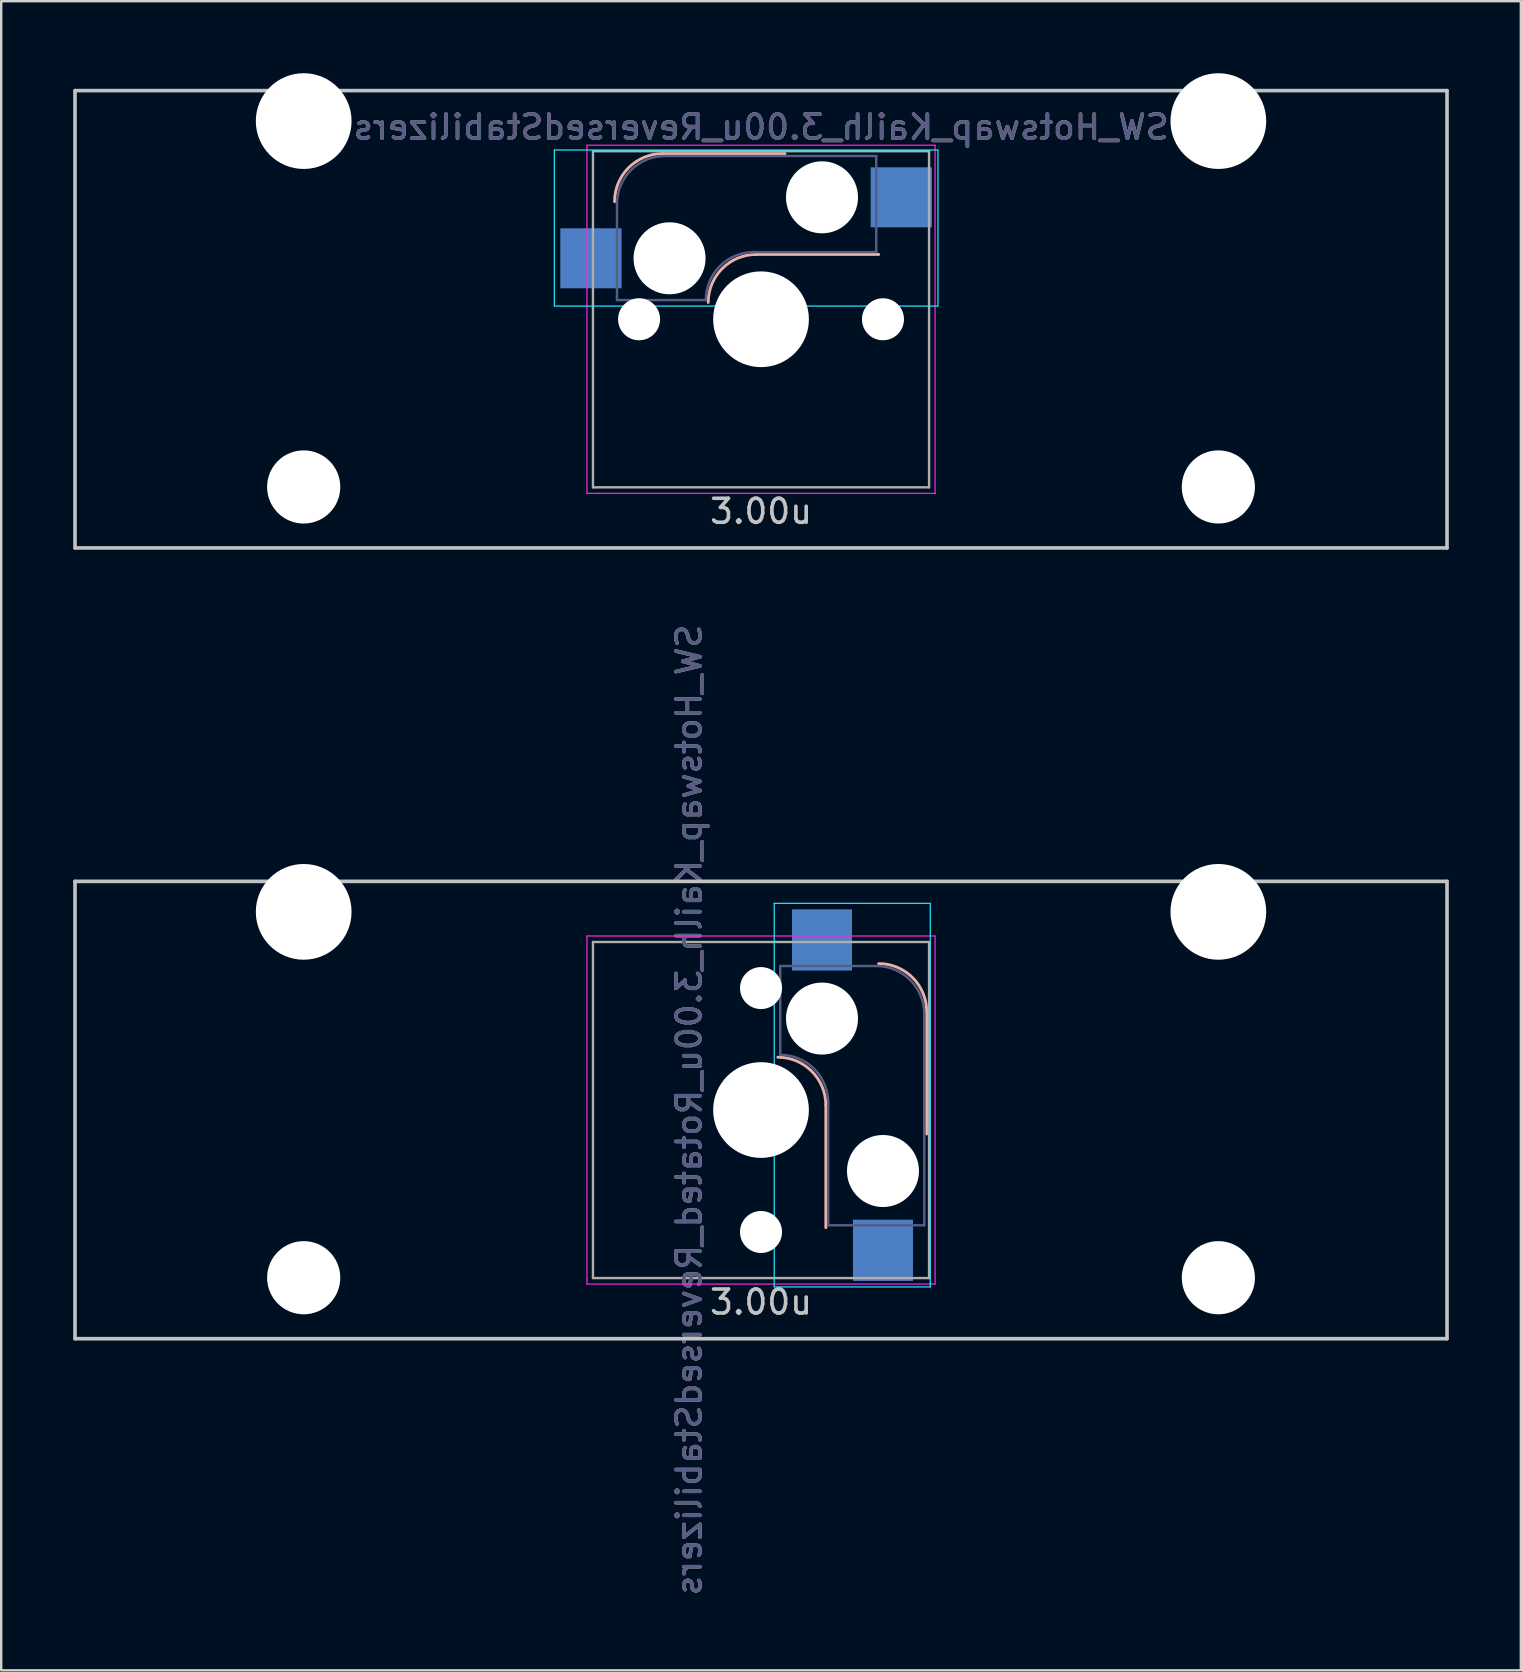
<source format=kicad_pcb>
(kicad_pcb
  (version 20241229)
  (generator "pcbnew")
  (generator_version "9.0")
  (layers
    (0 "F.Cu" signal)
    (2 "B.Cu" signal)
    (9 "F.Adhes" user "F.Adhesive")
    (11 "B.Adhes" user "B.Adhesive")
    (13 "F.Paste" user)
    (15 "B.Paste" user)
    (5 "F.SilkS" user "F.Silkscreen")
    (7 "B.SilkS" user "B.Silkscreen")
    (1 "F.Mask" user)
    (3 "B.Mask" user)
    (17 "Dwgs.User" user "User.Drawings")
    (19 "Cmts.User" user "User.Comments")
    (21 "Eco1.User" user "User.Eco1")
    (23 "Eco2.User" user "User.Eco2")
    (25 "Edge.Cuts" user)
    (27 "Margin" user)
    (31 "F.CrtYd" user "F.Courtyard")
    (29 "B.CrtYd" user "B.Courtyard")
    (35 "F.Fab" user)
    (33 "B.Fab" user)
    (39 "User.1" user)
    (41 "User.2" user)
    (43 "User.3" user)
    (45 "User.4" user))
  (footprint "SW_Hotswap_Kailh_3.00u_ReversedStabilizers"
    (layer "F.Cu")
    (at 28.65 10.249)
    (property "Reference" "SW_Hotswap_Kailh_3.00u_ReversedStabilizers" (at 0 -8 0) (layer "B.SilkS") (effects (font (size 1 1) (thickness 0.15)) (justify mirror)))
    (attr smd)
    (fp_line (start 1 -6.9) (end -4.1 -6.9) (stroke (width 0.12) (type solid)) (layer "B.SilkS"))
    (fp_line (start 4.9 -2.7) (end -0.2 -2.7) (stroke (width 0.12) (type solid)) (layer "B.SilkS"))
    (fp_arc (start -6.1 -4.9) (mid -5.514214 -6.314214) (end -4.1 -6.9) (stroke (width 0.12) (type solid)) (layer "B.SilkS"))
    (fp_arc (start -2.2 -0.7) (mid -1.614214 -2.114214) (end -0.2 -2.7) (stroke (width 0.12) (type solid)) (layer "B.SilkS"))
    (fp_line (start -28.575 -9.525) (end 28.575 -9.525) (stroke (width 0.15) (type solid)) (layer "Dwgs.User"))
    (fp_line (start -28.575 9.525) (end -28.575 -9.525) (stroke (width 0.15) (type solid)) (layer "Dwgs.User"))
    (fp_line (start -28.575 9.525) (end 28.575 9.525) (stroke (width 0.15) (type solid)) (layer "Dwgs.User"))
    (fp_line (start 28.575 -9.525) (end 28.575 9.525) (stroke (width 0.15) (type solid)) (layer "Dwgs.User"))
    (fp_line (start -8.61 -7.05) (end 7.37 -7.05) (stroke (width 0.05) (type solid)) (layer "B.CrtYd"))
    (fp_line (start -8.61 -0.55) (end -8.61 -7.05) (stroke (width 0.05) (type solid)) (layer "B.CrtYd"))
    (fp_line (start -8.61 -0.55) (end 7.37 -0.55) (stroke (width 0.05) (type solid)) (layer "B.CrtYd"))
    (fp_line (start 7.37 -7.05) (end 7.37 -0.55) (stroke (width 0.05) (type solid)) (layer "B.CrtYd"))
    (fp_line (start -7.25 -7.25) (end 7.25 -7.25) (stroke (width 0.05) (type solid)) (layer "F.CrtYd"))
    (fp_line (start -7.25 7.25) (end -7.25 -7.25) (stroke (width 0.05) (type solid)) (layer "F.CrtYd"))
    (fp_line (start 7.25 -7.25) (end 7.25 7.25) (stroke (width 0.05) (type solid)) (layer "F.CrtYd"))
    (fp_line (start 7.25 7.25) (end -7.25 7.25) (stroke (width 0.05) (type solid)) (layer "F.CrtYd"))
    (fp_line (start -6 -0.8) (end -6 -4.8) (stroke (width 0.1) (type solid)) (layer "B.Fab"))
    (fp_line (start -6 -0.8) (end -2.3 -0.8) (stroke (width 0.1) (type solid)) (layer "B.Fab"))
    (fp_line (start -4 -6.8) (end 4.8 -6.8) (stroke (width 0.1) (type solid)) (layer "B.Fab"))
    (fp_line (start -0.3 -2.8) (end 4.8 -2.8) (stroke (width 0.1) (type solid)) (layer "B.Fab"))
    (fp_line (start 4.8 -6.8) (end 4.8 -2.8) (stroke (width 0.1) (type solid)) (layer "B.Fab"))
    (fp_arc (start -6 -4.8) (mid -5.414214 -6.214214) (end -4 -6.8) (stroke (width 0.1) (type solid)) (layer "B.Fab"))
    (fp_arc (start -2.3 -0.8) (mid -1.714214 -2.214214) (end -0.3 -2.8) (stroke (width 0.1) (type solid)) (layer "B.Fab"))
    (fp_line (start -7 -7) (end 7 -7) (stroke (width 0.1) (type solid)) (layer "F.Fab"))
    (fp_line (start -7 7) (end -7 -7) (stroke (width 0.1) (type solid)) (layer "F.Fab"))
    (fp_line (start 7 -7) (end 7 7) (stroke (width 0.1) (type solid)) (layer "F.Fab"))
    (fp_line (start 7 7) (end -7 7) (stroke (width 0.1) (type solid)) (layer "F.Fab"))
    (fp_text user "3.00u" (at 0 8 0) (layer "Dwgs.User") (effects (font (size 1 1) (thickness 0.15))))
    (fp_text user "${REFERENCE}" (at 0 -8 0) (layer "B.Fab") (effects (font (size 1 1) (thickness 0.15)) (justify mirror)))
    (pad "" np_thru_hole circle (at -19.05 -8.255) (size 3.988 3.988) (drill 3.988) (layers "*.Cu" "*.Mask"))
    (pad "" np_thru_hole circle (at -19.05 6.985) (size 3.048 3.048) (drill 3.048) (layers "*.Cu" "*.Mask"))
    (pad "" np_thru_hole circle (at -5.08 0 48.1) (size 1.75 1.75) (drill 1.75) (layers "*.Cu" "*.Mask"))
    (pad "" np_thru_hole circle (at -3.81 -2.54) (size 3 3) (drill 3) (layers "*.Cu" "*.Mask"))
    (pad "" np_thru_hole circle (at 0 0) (size 3.988 3.988) (drill 3.988) (layers "*.Cu" "*.Mask"))
    (pad "" np_thru_hole circle (at 2.54 -5.08) (size 3 3) (drill 3) (layers "*.Cu" "*.Mask"))
    (pad "" np_thru_hole circle (at 5.08 0 48.1) (size 1.75 1.75) (drill 1.75) (layers "*.Cu" "*.Mask"))
    (pad "" np_thru_hole circle (at 19.05 -8.255) (size 3.988 3.988) (drill 3.988) (layers "*.Cu" "*.Mask"))
    (pad "" np_thru_hole circle (at 19.05 6.985) (size 3.048 3.048) (drill 3.048) (layers "*.Cu" "*.Mask"))
    (pad "1" smd rect (at -7.085 -2.54) (size 2.55 2.5) (layers "B.Cu" "B.Mask" "B.Paste"))
    (pad "2" smd rect (at 5.842 -5.08) (size 2.55 2.5) (layers "B.Cu" "B.Mask" "B.Paste")))
  (footprint "SW_Hotswap_Kailh_3.00u_Rotated_ReversedStabilizers"
    (layer "F.Cu")
    (at 28.65 43.188)
    (property "Reference" "SW_Hotswap_Kailh_3.00u_Rotated_ReversedStabilizers" (at -3 0 90) (layer "B.SilkS") (effects (font (size 1 1) (thickness 0.15)) (justify mirror)))
    (attr smd)
    (fp_line (start 2.7 4.9) (end 2.7 -0.2) (stroke (width 0.12) (type solid)) (layer "B.SilkS"))
    (fp_line (start 6.9 1) (end 6.9 -4.1) (stroke (width 0.12) (type solid)) (layer "B.SilkS"))
    (fp_arc (start 0.7 -2.2) (mid 2.114214 -1.614214) (end 2.7 -0.2) (stroke (width 0.12) (type solid)) (layer "B.SilkS"))
    (fp_arc (start 4.9 -6.1) (mid 6.314214 -5.514214) (end 6.9 -4.1) (stroke (width 0.12) (type solid)) (layer "B.SilkS"))
    (fp_line (start -28.575 -9.525) (end 28.575 -9.525) (stroke (width 0.15) (type solid)) (layer "Dwgs.User"))
    (fp_line (start -28.575 9.525) (end -28.575 -9.525) (stroke (width 0.15) (type solid)) (layer "Dwgs.User"))
    (fp_line (start -28.575 9.525) (end 28.575 9.525) (stroke (width 0.15) (type solid)) (layer "Dwgs.User"))
    (fp_line (start 28.575 -9.525) (end 28.575 9.525) (stroke (width 0.15) (type solid)) (layer "Dwgs.User"))
    (fp_line (start 0.55 -8.61) (end 0.55 7.37) (stroke (width 0.05) (type solid)) (layer "B.CrtYd"))
    (fp_line (start 0.55 -8.61) (end 7.05 -8.61) (stroke (width 0.05) (type solid)) (layer "B.CrtYd"))
    (fp_line (start 7.05 -8.61) (end 7.05 7.37) (stroke (width 0.05) (type solid)) (layer "B.CrtYd"))
    (fp_line (start 7.05 7.37) (end 0.55 7.37) (stroke (width 0.05) (type solid)) (layer "B.CrtYd"))
    (fp_line (start -7.25 -7.25) (end 7.25 -7.25) (stroke (width 0.05) (type solid)) (layer "F.CrtYd"))
    (fp_line (start -7.25 7.25) (end -7.25 -7.25) (stroke (width 0.05) (type solid)) (layer "F.CrtYd"))
    (fp_line (start 7.25 -7.25) (end 7.25 7.25) (stroke (width 0.05) (type solid)) (layer "F.CrtYd"))
    (fp_line (start 7.25 7.25) (end -7.25 7.25) (stroke (width 0.05) (type solid)) (layer "F.CrtYd"))
    (fp_line (start 0.8 -6) (end 0.8 -2.3) (stroke (width 0.1) (type solid)) (layer "B.Fab"))
    (fp_line (start 0.8 -6) (end 4.8 -6) (stroke (width 0.1) (type solid)) (layer "B.Fab"))
    (fp_line (start 2.8 -0.3) (end 2.8 4.8) (stroke (width 0.1) (type solid)) (layer "B.Fab"))
    (fp_line (start 6.8 -4) (end 6.8 4.8) (stroke (width 0.1) (type solid)) (layer "B.Fab"))
    (fp_line (start 6.8 4.8) (end 2.8 4.8) (stroke (width 0.1) (type solid)) (layer "B.Fab"))
    (fp_arc (start 0.8 -2.3) (mid 2.214214 -1.714214) (end 2.8 -0.3) (stroke (width 0.1) (type solid)) (layer "B.Fab"))
    (fp_arc (start 4.8 -6) (mid 6.214214 -5.414214) (end 6.8 -4) (stroke (width 0.1) (type solid)) (layer "B.Fab"))
    (fp_line (start -7 -7) (end 7 -7) (stroke (width 0.1) (type solid)) (layer "F.Fab"))
    (fp_line (start -7 7) (end -7 -7) (stroke (width 0.1) (type solid)) (layer "F.Fab"))
    (fp_line (start 7 -7) (end 7 7) (stroke (width 0.1) (type solid)) (layer "F.Fab"))
    (fp_line (start 7 7) (end -7 7) (stroke (width 0.1) (type solid)) (layer "F.Fab"))
    (fp_text user "3.00u" (at 0 8 0) (layer "Dwgs.User") (effects (font (size 1 1) (thickness 0.15))))
    (fp_text user "${REFERENCE}" (at -3 0 90) (layer "B.Fab") (effects (font (size 1 1) (thickness 0.15)) (justify mirror)))
    (pad "" np_thru_hole circle (at -19.05 -8.255) (size 3.988 3.988) (drill 3.988) (layers "*.Cu" "*.Mask"))
    (pad "" np_thru_hole circle (at -19.05 6.985) (size 3.048 3.048) (drill 3.048) (layers "*.Cu" "*.Mask"))
    (pad "" np_thru_hole circle (at 0 -5.08 318.1) (size 1.75 1.75) (drill 1.75) (layers "*.Cu" "*.Mask"))
    (pad "" np_thru_hole circle (at 0 0 270) (size 3.988 3.988) (drill 3.988) (layers "*.Cu" "*.Mask"))
    (pad "" np_thru_hole circle (at 0 5.08 318.1) (size 1.75 1.75) (drill 1.75) (layers "*.Cu" "*.Mask"))
    (pad "" np_thru_hole circle (at 2.54 -3.81 270) (size 3 3) (drill 3) (layers "*.Cu" "*.Mask"))
    (pad "" np_thru_hole circle (at 5.08 2.54 270) (size 3 3) (drill 3) (layers "*.Cu" "*.Mask"))
    (pad "" np_thru_hole circle (at 19.05 -8.255) (size 3.988 3.988) (drill 3.988) (layers "*.Cu" "*.Mask"))
    (pad "" np_thru_hole circle (at 19.05 6.985) (size 3.048 3.048) (drill 3.048) (layers "*.Cu" "*.Mask"))
    (pad "1" smd rect (at 2.54 -7.085 270) (size 2.55 2.5) (layers "B.Cu" "B.Mask" "B.Paste"))
    (pad "2" smd rect (at 5.08 5.842 270) (size 2.55 2.5) (layers "B.Cu" "B.Mask" "B.Paste")))
  (gr_rect
    (start -3 -3)
    (end 60.3 66.527)
    (stroke (width 0.1) (type default))
    (fill no)
    (layer "Edge.Cuts")))
</source>
